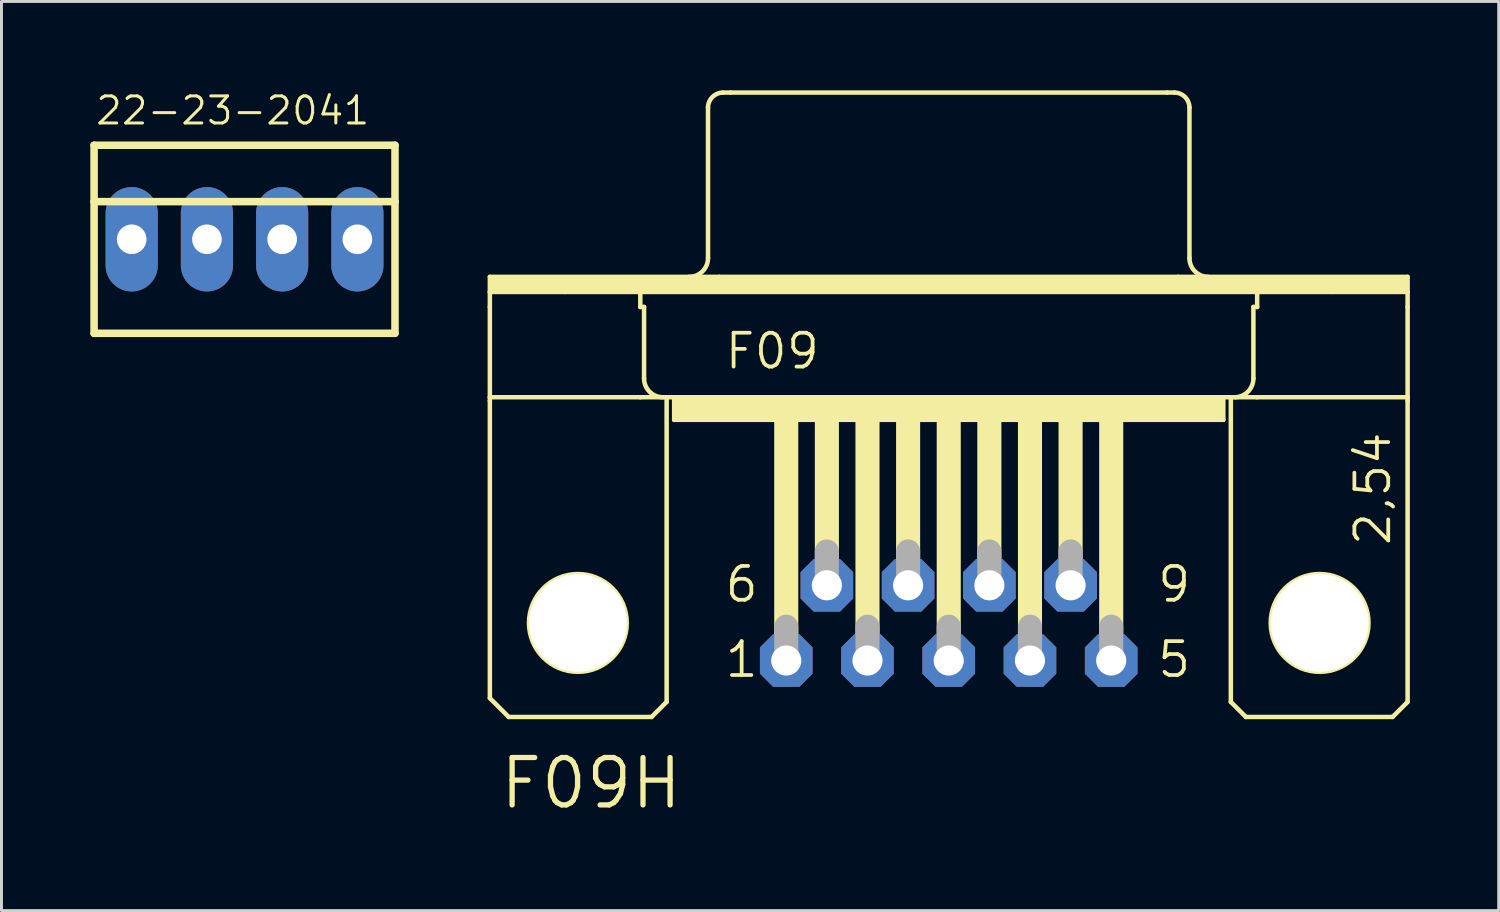
<source format=kicad_pcb>
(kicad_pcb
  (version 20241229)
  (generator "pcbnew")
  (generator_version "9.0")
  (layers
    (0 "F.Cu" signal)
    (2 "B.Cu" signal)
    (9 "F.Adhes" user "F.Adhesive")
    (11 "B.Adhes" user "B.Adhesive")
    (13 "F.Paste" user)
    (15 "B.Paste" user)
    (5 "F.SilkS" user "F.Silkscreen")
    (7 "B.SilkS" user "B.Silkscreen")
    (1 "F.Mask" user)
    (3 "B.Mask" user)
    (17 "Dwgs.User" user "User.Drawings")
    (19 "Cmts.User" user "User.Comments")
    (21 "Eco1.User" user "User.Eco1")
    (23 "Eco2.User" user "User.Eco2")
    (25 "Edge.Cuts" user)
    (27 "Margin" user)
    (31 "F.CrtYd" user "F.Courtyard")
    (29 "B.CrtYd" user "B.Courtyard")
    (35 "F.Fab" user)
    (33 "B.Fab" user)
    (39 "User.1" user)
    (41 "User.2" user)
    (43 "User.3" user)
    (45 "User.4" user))
  (footprint "F09H"
    (layer "F.Cu")
    (at 28.984 17.983)
    (property "Reference" "F09H" (at -15.24 6.35 0) (layer "F.SilkS") (effects (font (size 1.6 1.6) (thickness 0.178)) (justify left bottom)))
    (fp_line (start -15.494 -11.684) (end -7.747 -11.684) (stroke (width 0.152) (type solid)) (layer "F.SilkS"))
    (fp_line (start -15.494 -11.176) (end -15.494 -11.684) (stroke (width 0.152) (type solid)) (layer "F.SilkS"))
    (fp_line (start -15.494 -11.176) (end -12.954 -11.176) (stroke (width 0.152) (type solid)) (layer "F.SilkS"))
    (fp_line (start -15.494 -10.668) (end -15.494 -11.176) (stroke (width 0.152) (type solid)) (layer "F.SilkS"))
    (fp_line (start -15.494 -7.62) (end -15.494 -10.668) (stroke (width 0.152) (type solid)) (layer "F.SilkS"))
    (fp_line (start -15.494 -7.62) (end -15.494 -7.493) (stroke (width 0.152) (type solid)) (layer "F.SilkS"))
    (fp_line (start -15.494 -7.62) (end -10.414 -7.62) (stroke (width 0.152) (type solid)) (layer "F.SilkS"))
    (fp_line (start -15.494 2.54) (end -15.494 -7.493) (stroke (width 0.152) (type solid)) (layer "F.SilkS"))
    (fp_line (start -14.859 3.175) (end -15.494 2.54) (stroke (width 0.152) (type solid)) (layer "F.SilkS"))
    (fp_line (start -12.954 -11.176) (end -10.414 -11.176) (stroke (width 0.152) (type solid)) (layer "F.SilkS"))
    (fp_line (start -10.414 -11.176) (end 10.414 -11.176) (stroke (width 0.152) (type solid)) (layer "F.SilkS"))
    (fp_line (start -10.414 -10.668) (end -10.414 -11.176) (stroke (width 0.152) (type solid)) (layer "F.SilkS"))
    (fp_line (start -10.414 -10.668) (end -10.287 -10.668) (stroke (width 0.152) (type solid)) (layer "F.SilkS"))
    (fp_line (start -10.414 -7.62) (end -9.525 -7.62) (stroke (width 0.152) (type solid)) (layer "F.SilkS"))
    (fp_line (start -10.287 -8.255) (end -10.287 -10.668) (stroke (width 0.152) (type solid)) (layer "F.SilkS"))
    (fp_line (start -10.033 3.175) (end -14.859 3.175) (stroke (width 0.152) (type solid)) (layer "F.SilkS"))
    (fp_line (start -10.033 3.175) (end -9.525 2.667) (stroke (width 0.152) (type solid)) (layer "F.SilkS"))
    (fp_line (start -9.525 -7.62) (end -9.271 -7.62) (stroke (width 0.152) (type solid)) (layer "F.SilkS"))
    (fp_line (start -9.525 2.667) (end -9.525 -7.62) (stroke (width 0.152) (type solid)) (layer "F.SilkS"))
    (fp_line (start -9.271 -7.62) (end -9.271 -6.858) (stroke (width 0.152) (type solid)) (layer "F.SilkS"))
    (fp_line (start -9.271 -7.62) (end 9.271 -7.62) (stroke (width 0.152) (type solid)) (layer "F.SilkS"))
    (fp_line (start -9.271 -6.858) (end 9.271 -6.858) (stroke (width 0.152) (type solid)) (layer "F.SilkS"))
    (fp_line (start -8.128 -12.319) (end -8.128 -17.399) (stroke (width 0.152) (type solid)) (layer "F.SilkS"))
    (fp_line (start -7.62 -17.907) (end -7.366 -17.907) (stroke (width 0.152) (type solid)) (layer "F.SilkS"))
    (fp_line (start -7.366 -17.907) (end 7.366 -17.907) (stroke (width 0.152) (type solid)) (layer "F.SilkS"))
    (fp_line (start 7.366 -17.907) (end 7.62 -17.907) (stroke (width 0.152) (type solid)) (layer "F.SilkS"))
    (fp_line (start 7.747 -11.684) (end -7.747 -11.684) (stroke (width 0.152) (type solid)) (layer "F.SilkS"))
    (fp_line (start 7.747 -11.684) (end 15.494 -11.684) (stroke (width 0.152) (type solid)) (layer "F.SilkS"))
    (fp_line (start 8.128 -12.319) (end 8.128 -17.399) (stroke (width 0.152) (type solid)) (layer "F.SilkS"))
    (fp_line (start 9.271 -7.62) (end 9.271 -6.858) (stroke (width 0.152) (type solid)) (layer "F.SilkS"))
    (fp_line (start 9.271 -7.62) (end 9.525 -7.62) (stroke (width 0.152) (type solid)) (layer "F.SilkS"))
    (fp_line (start 9.525 -7.62) (end 10.414 -7.62) (stroke (width 0.152) (type solid)) (layer "F.SilkS"))
    (fp_line (start 9.525 2.667) (end 9.525 -7.62) (stroke (width 0.152) (type solid)) (layer "F.SilkS"))
    (fp_line (start 9.525 2.667) (end 10.033 3.175) (stroke (width 0.152) (type solid)) (layer "F.SilkS"))
    (fp_line (start 10.033 3.175) (end 14.986 3.175) (stroke (width 0.152) (type solid)) (layer "F.SilkS"))
    (fp_line (start 10.287 -10.668) (end 10.414 -10.668) (stroke (width 0.152) (type solid)) (layer "F.SilkS"))
    (fp_line (start 10.287 -8.255) (end 10.287 -10.668) (stroke (width 0.152) (type solid)) (layer "F.SilkS"))
    (fp_line (start 10.414 -11.176) (end 12.954 -11.176) (stroke (width 0.152) (type solid)) (layer "F.SilkS"))
    (fp_line (start 10.414 -10.668) (end 10.414 -11.176) (stroke (width 0.152) (type solid)) (layer "F.SilkS"))
    (fp_line (start 10.414 -7.62) (end 15.494 -7.62) (stroke (width 0.152) (type solid)) (layer "F.SilkS"))
    (fp_line (start 12.954 -11.176) (end 15.494 -11.176) (stroke (width 0.152) (type solid)) (layer "F.SilkS"))
    (fp_line (start 14.986 3.175) (end 15.494 2.667) (stroke (width 0.152) (type solid)) (layer "F.SilkS"))
    (fp_line (start 15.494 -11.684) (end 15.494 -11.176) (stroke (width 0.152) (type solid)) (layer "F.SilkS"))
    (fp_line (start 15.494 -11.176) (end 15.494 -10.668) (stroke (width 0.152) (type solid)) (layer "F.SilkS"))
    (fp_line (start 15.494 -10.668) (end 15.494 -7.62) (stroke (width 0.152) (type solid)) (layer "F.SilkS"))
    (fp_line (start 15.494 -7.62) (end 15.494 -7.493) (stroke (width 0.152) (type solid)) (layer "F.SilkS"))
    (fp_line (start 15.494 2.667) (end 15.494 -7.493) (stroke (width 0.152) (type solid)) (layer "F.SilkS"))
    (fp_arc (start -9.652 -7.62) (mid -10.101013 -7.805987) (end -10.287 -8.255) (stroke (width 0.1524) (type solid)) (layer "F.SilkS"))
    (fp_arc (start -8.128 -17.399) (mid -7.97921 -17.75821) (end -7.62 -17.907) (stroke (width 0.1524) (type solid)) (layer "F.SilkS"))
    (fp_arc (start -8.128 -12.319) (mid -8.313987 -11.869987) (end -8.763 -11.684) (stroke (width 0.1524) (type solid)) (layer "F.SilkS"))
    (fp_arc (start 7.62 -17.907) (mid 7.97921 -17.75821) (end 8.128 -17.399) (stroke (width 0.1524) (type solid)) (layer "F.SilkS"))
    (fp_arc (start 8.763 -11.684) (mid 8.313987 -11.869987) (end 8.128 -12.319) (stroke (width 0.1524) (type solid)) (layer "F.SilkS"))
    (fp_arc (start 10.287 -8.255) (mid 10.101013 -7.805987) (end 9.652 -7.62) (stroke (width 0.1524) (type solid)) (layer "F.SilkS"))
    (fp_circle (center -12.522 0) (end -10.871 0) (stroke (width 0.152) (type solid)) (fill no) (layer "F.SilkS"))
    (fp_circle (center 12.522 0) (end 14.173 0) (stroke (width 0.152) (type solid)) (fill no) (layer "F.SilkS"))
    (fp_poly (pts (xy -15.494 -11.176) (xy 15.494 -11.176) (xy 15.494 -11.684) (xy -15.494 -11.684)) (stroke (width 0) (type solid)) (fill yes) (layer "F.SilkS"))
    (fp_poly (pts (xy -9.271 -6.858) (xy 9.271 -6.858) (xy 9.271 -7.62) (xy -9.271 -7.62)) (stroke (width 0) (type solid)) (fill yes) (layer "F.SilkS"))
    (fp_poly (pts (xy -5.893 0.381) (xy -5.08 0.381) (xy -5.08 -6.858) (xy -5.893 -6.858)) (stroke (width 0) (type solid)) (fill yes) (layer "F.SilkS"))
    (fp_poly (pts (xy -4.521 -2.159) (xy -3.708 -2.159) (xy -3.708 -6.858) (xy -4.521 -6.858)) (stroke (width 0) (type solid)) (fill yes) (layer "F.SilkS"))
    (fp_poly (pts (xy -3.15 0.381) (xy -2.337 0.381) (xy -2.337 -6.858) (xy -3.15 -6.858)) (stroke (width 0) (type solid)) (fill yes) (layer "F.SilkS"))
    (fp_poly (pts (xy -1.778 -2.159) (xy -0.965 -2.159) (xy -0.965 -6.858) (xy -1.778 -6.858)) (stroke (width 0) (type solid)) (fill yes) (layer "F.SilkS"))
    (fp_poly (pts (xy -0.406 0.381) (xy 0.406 0.381) (xy 0.406 -6.858) (xy -0.406 -6.858)) (stroke (width 0) (type solid)) (fill yes) (layer "F.SilkS"))
    (fp_poly (pts (xy 0.965 -2.159) (xy 1.778 -2.159) (xy 1.778 -6.858) (xy 0.965 -6.858)) (stroke (width 0) (type solid)) (fill yes) (layer "F.SilkS"))
    (fp_poly (pts (xy 2.337 0.381) (xy 3.15 0.381) (xy 3.15 -6.858) (xy 2.337 -6.858)) (stroke (width 0) (type solid)) (fill yes) (layer "F.SilkS"))
    (fp_poly (pts (xy 3.708 -2.159) (xy 4.521 -2.159) (xy 4.521 -6.858) (xy 3.708 -6.858)) (stroke (width 0) (type solid)) (fill yes) (layer "F.SilkS"))
    (fp_poly (pts (xy 5.08 0.381) (xy 5.893 0.381) (xy 5.893 -6.858) (xy 5.08 -6.858)) (stroke (width 0) (type solid)) (fill yes) (layer "F.SilkS"))
    (fp_line (start -5.486 1.143) (end -5.486 0.127) (stroke (width 0.813) (type solid)) (layer "F.Fab"))
    (fp_line (start -4.115 -1.397) (end -4.115 -2.413) (stroke (width 0.813) (type solid)) (layer "F.Fab"))
    (fp_line (start -2.743 1.143) (end -2.743 0.127) (stroke (width 0.813) (type solid)) (layer "F.Fab"))
    (fp_line (start -1.372 -1.397) (end -1.372 -2.413) (stroke (width 0.813) (type solid)) (layer "F.Fab"))
    (fp_line (start 0 1.143) (end 0 0.127) (stroke (width 0.813) (type solid)) (layer "F.Fab"))
    (fp_line (start 1.372 -1.397) (end 1.372 -2.413) (stroke (width 0.813) (type solid)) (layer "F.Fab"))
    (fp_line (start 2.743 1.143) (end 2.743 0.127) (stroke (width 0.813) (type solid)) (layer "F.Fab"))
    (fp_line (start 4.115 -1.397) (end 4.115 -2.413) (stroke (width 0.813) (type solid)) (layer "F.Fab"))
    (fp_line (start 5.486 1.143) (end 5.486 0.127) (stroke (width 0.813) (type solid)) (layer "F.Fab"))
    (fp_text user "2,54" (at 14.986 -2.54 90) (layer "F.SilkS") (effects (font (size 1.143 1.143) (thickness 0.127)) (justify left bottom)))
    (fp_text user "1" (at -7.62 1.905 0) (layer "F.SilkS") (effects (font (size 1.143 1.143) (thickness 0.127)) (justify left bottom)))
    (fp_text user "9" (at 6.985 -0.635 0) (layer "F.SilkS") (effects (font (size 1.143 1.143) (thickness 0.127)) (justify left bottom)))
    (fp_text user "F09" (at -7.62 -8.509 0) (layer "F.SilkS") (effects (font (size 1.143 1.143) (thickness 0.127)) (justify left bottom)))
    (fp_text user "5" (at 6.985 1.905 0) (layer "F.SilkS") (effects (font (size 1.143 1.143) (thickness 0.127)) (justify left bottom)))
    (fp_text user "6" (at -7.62 -0.635 0) (layer "F.SilkS") (effects (font (size 1.143 1.143) (thickness 0.127)) (justify left bottom)))
    (pad "" np_thru_hole circle (at -12.522 0) (size 3.302 3.302) (drill 3.302) (layers "*.Cu" "*.Mask"))
    (pad "" np_thru_hole circle (at 12.522 0) (size 3.302 3.302) (drill 3.302) (layers "*.Cu" "*.Mask"))
    (pad "1" thru_hole roundrect (at -5.486 1.27) (size 1.778 1.778) (drill 1.016) (layers "*.Cu" "*.Mask") (roundrect_rratio 0.25) (chamfer_ratio 0.25) (chamfer top_left top_right bottom_left bottom_right))
    (pad "2" thru_hole roundrect (at -2.743 1.27) (size 1.778 1.778) (drill 1.016) (layers "*.Cu" "*.Mask") (roundrect_rratio 0.25) (chamfer_ratio 0.25) (chamfer top_left top_right bottom_left bottom_right))
    (pad "3" thru_hole roundrect (at 0 1.27) (size 1.778 1.778) (drill 1.016) (layers "*.Cu" "*.Mask") (roundrect_rratio 0.25) (chamfer_ratio 0.25) (chamfer top_left top_right bottom_left bottom_right))
    (pad "4" thru_hole roundrect (at 2.743 1.27) (size 1.778 1.778) (drill 1.016) (layers "*.Cu" "*.Mask") (roundrect_rratio 0.25) (chamfer_ratio 0.25) (chamfer top_left top_right bottom_left bottom_right))
    (pad "5" thru_hole roundrect (at 5.486 1.27) (size 1.778 1.778) (drill 1.016) (layers "*.Cu" "*.Mask") (roundrect_rratio 0.25) (chamfer_ratio 0.25) (chamfer top_left top_right bottom_left bottom_right))
    (pad "6" thru_hole roundrect (at -4.115 -1.27) (size 1.778 1.778) (drill 1.016) (layers "*.Cu" "*.Mask") (roundrect_rratio 0.25) (chamfer_ratio 0.25) (chamfer top_left top_right bottom_left bottom_right))
    (pad "7" thru_hole roundrect (at -1.372 -1.27) (size 1.778 1.778) (drill 1.016) (layers "*.Cu" "*.Mask") (roundrect_rratio 0.25) (chamfer_ratio 0.25) (chamfer top_left top_right bottom_left bottom_right))
    (pad "8" thru_hole roundrect (at 1.372 -1.27) (size 1.778 1.778) (drill 1.016) (layers "*.Cu" "*.Mask") (roundrect_rratio 0.25) (chamfer_ratio 0.25) (chamfer top_left top_right bottom_left bottom_right))
    (pad "9" thru_hole roundrect (at 4.115 -1.27) (size 1.778 1.778) (drill 1.016) (layers "*.Cu" "*.Mask") (roundrect_rratio 0.25) (chamfer_ratio 0.25) (chamfer top_left top_right bottom_left bottom_right))
    (zone (net_name "") (layers "F.Cu" "B.Cu") (hatch edge 0.508) (connect_pads) (min_thickness 0.254) (filled_areas_thickness no) (keepout (tracks allowed) (vias not_allowed) (pads allowed) (copperpour allowed) (footprints allowed)) (placement (enabled no)) (fill) (polygon (pts (xy 19.129 17.983) (xy 19.088 17.52) (xy 18.968 17.071) (xy 18.772 16.65) (xy 18.505 16.269) (xy 18.176 15.94) (xy 17.796 15.674) (xy 17.374 15.477) (xy 16.925 15.357) (xy 16.462 15.316) (xy 15.999 15.357) (xy 15.55 15.477) (xy 15.129 15.674) (xy 14.748 15.94) (xy 14.419 16.269) (xy 14.152 16.65) (xy 13.956 17.071) (xy 13.836 17.52) (xy 13.795 17.983) (xy 13.836 18.446) (xy 13.956 18.895) (xy 14.152 19.317) (xy 14.419 19.698) (xy 14.748 20.026) (xy 15.129 20.293) (xy 15.55 20.489) (xy 15.999 20.61) (xy 16.462 20.65) (xy 16.925 20.61) (xy 17.374 20.489) (xy 17.796 20.293) (xy 18.176 20.026) (xy 18.505 19.698) (xy 18.772 19.317) (xy 18.968 18.895) (xy 19.088 18.446))))
    (zone (net_name "") (layers "F.Cu" "B.Cu") (hatch edge 0.508) (connect_pads) (min_thickness 0.254) (filled_areas_thickness no) (keepout (tracks allowed) (vias not_allowed) (pads allowed) (copperpour allowed) (footprints allowed)) (placement (enabled no)) (fill) (polygon (pts (xy 44.173 17.983) (xy 44.133 17.52) (xy 44.013 17.071) (xy 43.816 16.65) (xy 43.549 16.269) (xy 43.221 15.94) (xy 42.84 15.674) (xy 42.419 15.477) (xy 41.97 15.357) (xy 41.506 15.316) (xy 41.043 15.357) (xy 40.594 15.477) (xy 40.173 15.674) (xy 39.792 15.94) (xy 39.463 16.269) (xy 39.197 16.65) (xy 39 17.071) (xy 38.88 17.52) (xy 38.839 17.983) (xy 38.88 18.446) (xy 39 18.895) (xy 39.197 19.317) (xy 39.463 19.698) (xy 39.792 20.026) (xy 40.173 20.293) (xy 40.594 20.489) (xy 41.043 20.61) (xy 41.506 20.65) (xy 41.97 20.61) (xy 42.419 20.489) (xy 42.84 20.293) (xy 43.221 20.026) (xy 43.549 19.698) (xy 43.816 19.317) (xy 44.013 18.895) (xy 44.133 18.446))))
    (zone (net_name "") (layer "B.Cu") (hatch edge 0.508) (connect_pads) (min_thickness 0.254) (filled_areas_thickness no) (keepout (tracks not_allowed) (vias not_allowed) (pads not_allowed) (copperpour not_allowed) (footprints allowed)) (placement (enabled no)) (fill) (polygon (pts (xy 19.129 17.983) (xy 19.088 17.52) (xy 18.968 17.071) (xy 18.772 16.65) (xy 18.505 16.269) (xy 18.176 15.94) (xy 17.796 15.674) (xy 17.374 15.477) (xy 16.925 15.357) (xy 16.462 15.316) (xy 15.999 15.357) (xy 15.55 15.477) (xy 15.129 15.674) (xy 14.748 15.94) (xy 14.419 16.269) (xy 14.152 16.65) (xy 13.956 17.071) (xy 13.836 17.52) (xy 13.795 17.983) (xy 13.836 18.446) (xy 13.956 18.895) (xy 14.152 19.317) (xy 14.419 19.698) (xy 14.748 20.026) (xy 15.129 20.293) (xy 15.55 20.489) (xy 15.999 20.61) (xy 16.462 20.65) (xy 16.925 20.61) (xy 17.374 20.489) (xy 17.796 20.293) (xy 18.176 20.026) (xy 18.505 19.698) (xy 18.772 19.317) (xy 18.968 18.895) (xy 19.088 18.446))))
    (zone (net_name "") (layer "B.Cu") (hatch edge 0.508) (connect_pads) (min_thickness 0.254) (filled_areas_thickness no) (keepout (tracks not_allowed) (vias not_allowed) (pads not_allowed) (copperpour not_allowed) (footprints allowed)) (placement (enabled no)) (fill) (polygon (pts (xy 44.173 17.983) (xy 44.133 17.52) (xy 44.013 17.071) (xy 43.816 16.65) (xy 43.549 16.269) (xy 43.221 15.94) (xy 42.84 15.674) (xy 42.419 15.477) (xy 41.97 15.357) (xy 41.506 15.316) (xy 41.043 15.357) (xy 40.594 15.477) (xy 40.173 15.674) (xy 39.792 15.94) (xy 39.463 16.269) (xy 39.197 16.65) (xy 39 17.071) (xy 38.88 17.52) (xy 38.839 17.983) (xy 38.88 18.446) (xy 39 18.895) (xy 39.197 19.317) (xy 39.463 19.698) (xy 39.792 20.026) (xy 40.173 20.293) (xy 40.594 20.489) (xy 41.043 20.61) (xy 41.506 20.65) (xy 41.97 20.61) (xy 42.419 20.489) (xy 42.84 20.293) (xy 43.221 20.026) (xy 43.549 19.698) (xy 43.816 19.317) (xy 44.013 18.895) (xy 44.133 18.446)))))
  (footprint "22-23-2041"
    (layer "F.Cu")
    (at 5.207 5.029)
    (property "Reference" "22-23-2041" (at -5.08 -3.81 0) (layer "F.SilkS") (effects (font (size 0.914 0.914) (thickness 0.102)) (justify left bottom)))
    (fp_line (start -5.08 -3.175) (end 5.08 -3.175) (stroke (width 0.254) (type solid)) (layer "F.SilkS"))
    (fp_line (start -5.08 -1.27) (end -5.08 -3.175) (stroke (width 0.254) (type solid)) (layer "F.SilkS"))
    (fp_line (start -5.08 -1.27) (end 5.08 -1.27) (stroke (width 0.254) (type solid)) (layer "F.SilkS"))
    (fp_line (start -5.08 3.175) (end -5.08 -1.27) (stroke (width 0.254) (type solid)) (layer "F.SilkS"))
    (fp_line (start 5.08 -3.175) (end 5.08 -1.27) (stroke (width 0.254) (type solid)) (layer "F.SilkS"))
    (fp_line (start 5.08 -1.27) (end 5.08 3.175) (stroke (width 0.254) (type solid)) (layer "F.SilkS"))
    (fp_line (start 5.08 3.175) (end -5.08 3.175) (stroke (width 0.254) (type solid)) (layer "F.SilkS"))
    (pad "1" thru_hole oval (at -3.81 0 90) (size 3.524 1.762) (drill 1) (layers "*.Cu" "*.Mask"))
    (pad "2" thru_hole oval (at -1.27 0 90) (size 3.524 1.762) (drill 1) (layers "*.Cu" "*.Mask"))
    (pad "3" thru_hole oval (at 1.27 0 90) (size 3.524 1.762) (drill 1) (layers "*.Cu" "*.Mask"))
    (pad "4" thru_hole oval (at 3.81 0 90) (size 3.524 1.762) (drill 1) (layers "*.Cu" "*.Mask")))
  (gr_rect
    (start -3 -3)
    (end 47.554 27.696)
    (stroke (width 0.1) (type default))
    (fill no)
    (layer "Edge.Cuts")))
</source>
